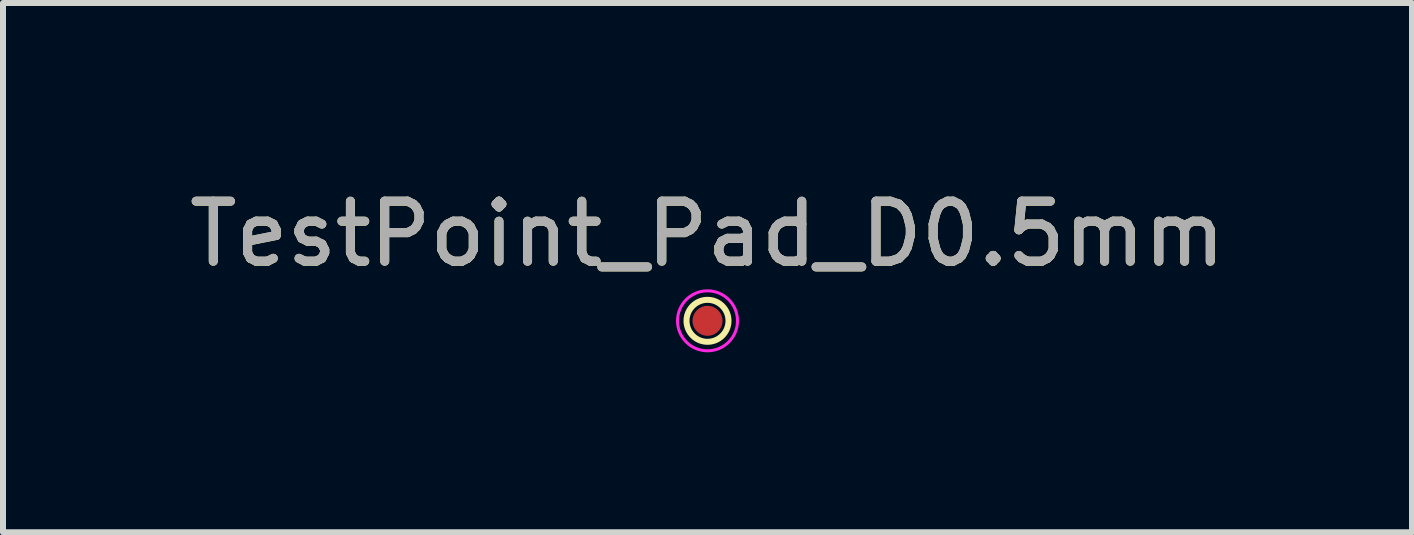
<source format=kicad_pcb>
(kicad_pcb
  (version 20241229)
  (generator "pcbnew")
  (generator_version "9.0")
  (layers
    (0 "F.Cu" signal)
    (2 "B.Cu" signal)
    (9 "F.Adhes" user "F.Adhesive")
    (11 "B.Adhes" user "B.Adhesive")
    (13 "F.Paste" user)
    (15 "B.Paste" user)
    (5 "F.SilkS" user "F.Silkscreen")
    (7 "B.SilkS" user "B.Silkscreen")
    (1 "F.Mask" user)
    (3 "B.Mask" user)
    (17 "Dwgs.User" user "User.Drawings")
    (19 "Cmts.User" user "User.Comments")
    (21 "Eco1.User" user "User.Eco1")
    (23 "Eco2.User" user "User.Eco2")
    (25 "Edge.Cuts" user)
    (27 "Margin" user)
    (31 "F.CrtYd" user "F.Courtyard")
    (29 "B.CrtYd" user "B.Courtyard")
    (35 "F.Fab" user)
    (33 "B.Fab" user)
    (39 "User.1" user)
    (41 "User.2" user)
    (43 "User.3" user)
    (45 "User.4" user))
  (footprint "TestPoint_Pad_D0.5mm"
    (layer "F.Cu")
    (at 8.744 2.298)
    (property "Reference" "TestPoint_Pad_D0.5mm" (at 0 -1.448 0) (layer "F.SilkS") (effects (font (size 1 1) (thickness 0.15))))
    (attr exclude_from_pos_files exclude_from_bom)
    (fp_circle (center 0 0) (end 0.35 0) (stroke (width 0.1) (type solid)) (fill no) (layer "F.SilkS"))
    (fp_circle (center 0 0) (end 0.5 0) (stroke (width 0.05) (type solid)) (fill no) (layer "F.CrtYd"))
    (fp_text user "${REFERENCE}" (at 0 -1.45 0) (layer "F.Fab") (effects (font (size 1 1) (thickness 0.15))))
    (pad "1" smd circle (at 0 0) (size 0.5 0.5) (layers "F.Cu" "F.Mask")))
  (gr_rect
    (start -3 -3)
    (end 20.488 5.823)
    (stroke (width 0.1) (type default))
    (fill no)
    (layer "Edge.Cuts")))
</source>
